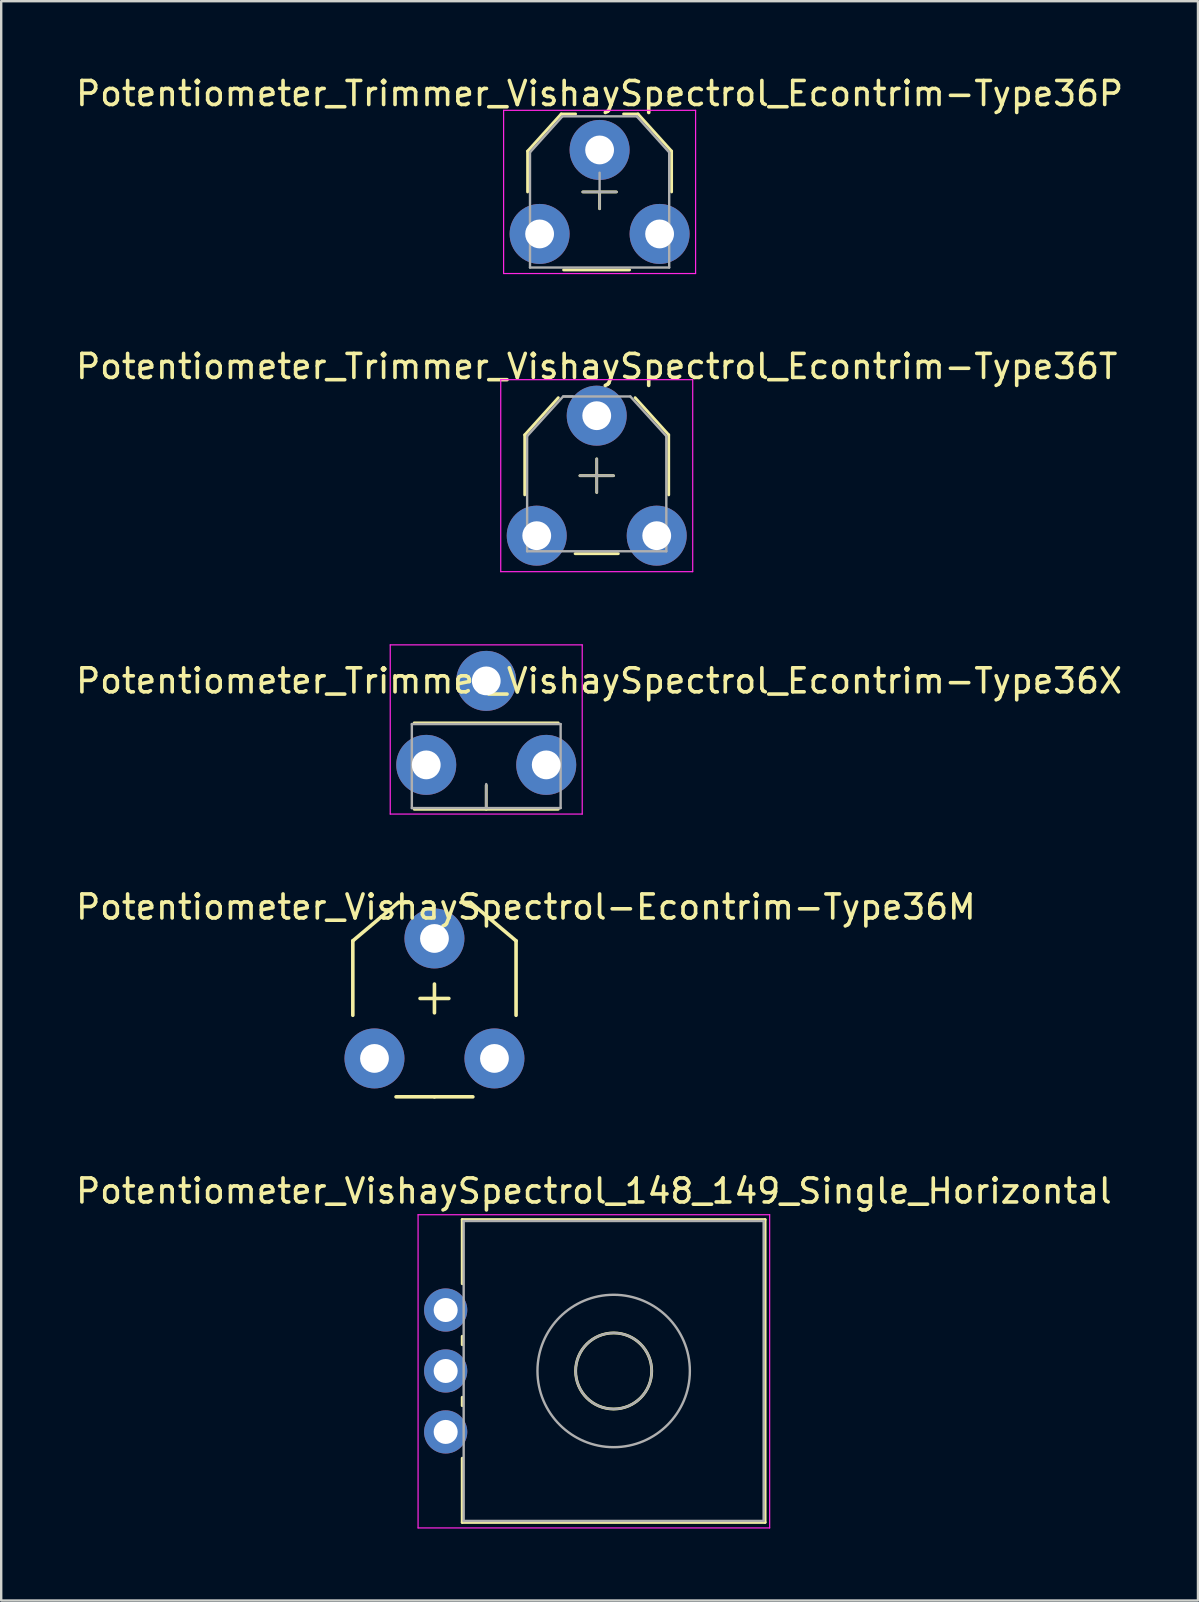
<source format=kicad_pcb>
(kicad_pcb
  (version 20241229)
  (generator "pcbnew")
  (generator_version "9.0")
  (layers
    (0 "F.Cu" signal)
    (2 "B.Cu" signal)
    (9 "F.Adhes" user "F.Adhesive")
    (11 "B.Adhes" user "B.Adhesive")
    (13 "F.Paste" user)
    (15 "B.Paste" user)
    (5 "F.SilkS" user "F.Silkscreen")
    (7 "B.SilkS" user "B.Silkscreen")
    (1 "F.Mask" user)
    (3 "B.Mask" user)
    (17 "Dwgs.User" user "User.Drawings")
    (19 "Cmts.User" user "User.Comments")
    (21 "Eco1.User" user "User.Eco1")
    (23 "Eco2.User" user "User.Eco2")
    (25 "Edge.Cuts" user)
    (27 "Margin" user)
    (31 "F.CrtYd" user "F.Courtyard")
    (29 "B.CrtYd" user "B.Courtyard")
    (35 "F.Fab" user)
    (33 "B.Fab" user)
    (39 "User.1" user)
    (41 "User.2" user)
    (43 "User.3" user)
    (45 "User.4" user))
  (footprint "Potentiometer_VishaySpectrol-Econtrim-Type36M"
    (layer "F.Cu")
    (at 12.554 41.054)
    (property "Reference" "Potentiometer_VishaySpectrol-Econtrim-Type36M" (at 6.309 -6.309 0) (layer "F.SilkS") (effects (font (size 1 1) (thickness 0.15))))
    (attr through_hole)
    (fp_line (start -0.902 -4.9) (end -0.902 -1.798) (stroke (width 0.15) (type solid)) (layer "F.SilkS"))
    (fp_line (start 0.998 -6.5) (end -0.902 -4.9) (stroke (width 0.15) (type solid)) (layer "F.SilkS"))
    (fp_line (start 1.4 -6.5) (end 0.998 -6.5) (stroke (width 0.15) (type solid)) (layer "F.SilkS"))
    (fp_line (start 2.499 -3.099) (end 2.499 -1.9) (stroke (width 0.15) (type solid)) (layer "F.SilkS"))
    (fp_line (start 2.499 1.6) (end 0.899 1.6) (stroke (width 0.15) (type solid)) (layer "F.SilkS"))
    (fp_line (start 2.499 1.6) (end 4.1 1.6) (stroke (width 0.15) (type solid)) (layer "F.SilkS"))
    (fp_line (start 3.099 -2.499) (end 1.9 -2.499) (stroke (width 0.15) (type solid)) (layer "F.SilkS"))
    (fp_line (start 3.599 -6.5) (end 4 -6.5) (stroke (width 0.15) (type solid)) (layer "F.SilkS"))
    (fp_line (start 4 -6.5) (end 5.9 -4.9) (stroke (width 0.15) (type solid)) (layer "F.SilkS"))
    (fp_line (start 5.9 -4.9) (end 5.9 -1.798) (stroke (width 0.15) (type solid)) (layer "F.SilkS"))
    (pad "1" thru_hole circle (at 0 0) (size 2.499 2.499) (drill 1.199) (layers "*.Cu" "*.Mask"))
    (pad "2" thru_hole circle (at 2.499 -4.999) (size 2.499 2.499) (drill 1.199) (layers "*.Cu" "*.Mask"))
    (pad "3" thru_hole circle (at 4.999 0) (size 2.499 2.499) (drill 1.199) (layers "*.Cu" "*.Mask")))
  (footprint "Potentiometer_Trimmer_VishaySpectrol_Econtrim-Type36X"
    (layer "F.Cu")
    (at 14.711 28.822)
    (property "Reference" "Potentiometer_Trimmer_VishaySpectrol_Econtrim-Type36X" (at 7.2 -3.5 0) (layer "F.SilkS") (effects (font (size 1 1) (thickness 0.15))))
    (attr through_hole)
    (fp_line (start -0.5 -1.75) (end 5.5 -1.75) (stroke (width 0.12) (type solid)) (layer "F.SilkS"))
    (fp_line (start 2.5 0.85) (end 2.5 1.85) (stroke (width 0.12) (type solid)) (layer "F.SilkS"))
    (fp_line (start 5.5 1.85) (end -0.5 1.85) (stroke (width 0.12) (type solid)) (layer "F.SilkS"))
    (fp_line (start -1.5 -5) (end -1.5 2.05) (stroke (width 0.05) (type solid)) (layer "F.CrtYd"))
    (fp_line (start -1.5 -5) (end 6.5 -5) (stroke (width 0.05) (type solid)) (layer "F.CrtYd"))
    (fp_line (start 6.5 2.05) (end -1.5 2.05) (stroke (width 0.05) (type solid)) (layer "F.CrtYd"))
    (fp_line (start 6.5 2.05) (end 6.5 -5) (stroke (width 0.05) (type solid)) (layer "F.CrtYd"))
    (fp_line (start -0.6 -1.7) (end 5.6 -1.7) (stroke (width 0.1) (type solid)) (layer "F.Fab"))
    (fp_line (start -0.6 1.8) (end -0.6 -1.7) (stroke (width 0.1) (type solid)) (layer "F.Fab"))
    (fp_line (start 2.5 1.8) (end 2.5 0.8) (stroke (width 0.1) (type solid)) (layer "F.Fab"))
    (fp_line (start 5.6 -1.7) (end 5.6 1.8) (stroke (width 0.1) (type solid)) (layer "F.Fab"))
    (fp_line (start 5.6 1.8) (end -0.6 1.8) (stroke (width 0.1) (type solid)) (layer "F.Fab"))
    (pad "1" thru_hole circle (at 0 0) (size 2.5 2.5) (drill 1.2) (layers "*.Cu" "*.Mask"))
    (pad "2" thru_hole circle (at 2.5 -3.5) (size 2.5 2.5) (drill 1.2) (layers "*.Cu" "*.Mask"))
    (pad "3" thru_hole circle (at 5 0) (size 2.5 2.5) (drill 1.2) (layers "*.Cu" "*.Mask")))
  (footprint "Potentiometer_VishaySpectrol_148_149_Single_Horizontal"
    (layer "F.Cu")
    (at 15.521 56.618)
    (property "Reference" "Potentiometer_VishaySpectrol_148_149_Single_Horizontal" (at 6.175 -10.04 0) (layer "F.SilkS") (effects (font (size 1 1) (thickness 0.15))))
    (attr through_hole)
    (fp_line (start 0.69 -8.85) (end 0.69 -6.175) (stroke (width 0.12) (type solid)) (layer "F.SilkS"))
    (fp_line (start 0.69 -8.85) (end 13.31 -8.85) (stroke (width 0.12) (type solid)) (layer "F.SilkS"))
    (fp_line (start 0.69 -3.985) (end 0.69 -3.635) (stroke (width 0.12) (type solid)) (layer "F.SilkS"))
    (fp_line (start 0.69 -1.445) (end 0.69 -1.095) (stroke (width 0.12) (type solid)) (layer "F.SilkS"))
    (fp_line (start 0.69 1.095) (end 0.69 3.77) (stroke (width 0.12) (type solid)) (layer "F.SilkS"))
    (fp_line (start 0.69 3.77) (end 13.31 3.77) (stroke (width 0.12) (type solid)) (layer "F.SilkS"))
    (fp_line (start 13.31 -8.85) (end 13.31 3.77) (stroke (width 0.12) (type solid)) (layer "F.SilkS"))
    (fp_circle (center 7 -2.54) (end 8.585 -2.54) (stroke (width 0.12) (type solid)) (fill no) (layer "F.SilkS"))
    (fp_line (start -1.15 -9.05) (end -1.15 4) (stroke (width 0.05) (type solid)) (layer "F.CrtYd"))
    (fp_line (start -1.15 4) (end 13.5 4) (stroke (width 0.05) (type solid)) (layer "F.CrtYd"))
    (fp_line (start 13.5 -9.05) (end -1.15 -9.05) (stroke (width 0.05) (type solid)) (layer "F.CrtYd"))
    (fp_line (start 13.5 4) (end 13.5 -9.05) (stroke (width 0.05) (type solid)) (layer "F.CrtYd"))
    (fp_line (start 0.75 -8.79) (end 0.75 3.71) (stroke (width 0.1) (type solid)) (layer "F.Fab"))
    (fp_line (start 0.75 3.71) (end 13.25 3.71) (stroke (width 0.1) (type solid)) (layer "F.Fab"))
    (fp_line (start 13.25 -8.79) (end 0.75 -8.79) (stroke (width 0.1) (type solid)) (layer "F.Fab"))
    (fp_line (start 13.25 3.71) (end 13.25 -8.79) (stroke (width 0.1) (type solid)) (layer "F.Fab"))
    (fp_circle (center 7 -2.54) (end 8.585 -2.54) (stroke (width 0.1) (type solid)) (fill no) (layer "F.Fab"))
    (fp_circle (center 7 -2.54) (end 10.175 -2.54) (stroke (width 0.1) (type solid)) (fill no) (layer "F.Fab"))
    (pad "1" thru_hole circle (at 0 0) (size 1.8 1.8) (drill 1) (layers "*.Cu" "*.Mask"))
    (pad "2" thru_hole circle (at 0 -2.54) (size 1.8 1.8) (drill 1) (layers "*.Cu" "*.Mask"))
    (pad "3" thru_hole circle (at 0 -5.08) (size 1.8 1.8) (drill 1) (layers "*.Cu" "*.Mask")))
  (footprint "Potentiometer_Trimmer_VishaySpectrol_Econtrim-Type36P"
    (layer "F.Cu")
    (at 19.435 6.698)
    (property "Reference" "Potentiometer_Trimmer_VishaySpectrol_Econtrim-Type36P" (at 2.5 -5.85 0) (layer "F.SilkS") (effects (font (size 1 1) (thickness 0.15))))
    (attr through_hole)
    (fp_line (start -0.5 -3.45) (end -0.5 -1.75) (stroke (width 0.12) (type solid)) (layer "F.SilkS"))
    (fp_line (start 0.9 -5) (end -0.5 -3.45) (stroke (width 0.12) (type solid)) (layer "F.SilkS"))
    (fp_line (start 0.9 -5) (end 1.5 -5) (stroke (width 0.12) (type solid)) (layer "F.SilkS"))
    (fp_line (start 1 1.5) (end 3.75 1.5) (stroke (width 0.12) (type solid)) (layer "F.SilkS"))
    (fp_line (start 1.8 -1.75) (end 3.2 -1.75) (stroke (width 0.12) (type solid)) (layer "F.SilkS"))
    (fp_line (start 2.5 -1.75) (end 2.5 -1.05) (stroke (width 0.12) (type solid)) (layer "F.SilkS"))
    (fp_line (start 4.1 -5) (end 3.5 -5) (stroke (width 0.12) (type solid)) (layer "F.SilkS"))
    (fp_line (start 4.1 -5) (end 5.5 -3.45) (stroke (width 0.12) (type solid)) (layer "F.SilkS"))
    (fp_line (start 5.5 -3.45) (end 5.5 -1.75) (stroke (width 0.12) (type solid)) (layer "F.SilkS"))
    (fp_line (start -1.5 -5.15) (end -1.5 1.65) (stroke (width 0.05) (type solid)) (layer "F.CrtYd"))
    (fp_line (start -1.5 -5.15) (end 6.5 -5.15) (stroke (width 0.05) (type solid)) (layer "F.CrtYd"))
    (fp_line (start 6.5 1.65) (end -1.5 1.65) (stroke (width 0.05) (type solid)) (layer "F.CrtYd"))
    (fp_line (start 6.5 1.65) (end 6.5 -5.15) (stroke (width 0.05) (type solid)) (layer "F.CrtYd"))
    (fp_line (start -0.4 -3.4) (end -0.4 1.4) (stroke (width 0.1) (type solid)) (layer "F.Fab"))
    (fp_line (start -0.4 1.4) (end 5.4 1.4) (stroke (width 0.1) (type solid)) (layer "F.Fab"))
    (fp_line (start 0.95 -4.9) (end -0.4 -3.4) (stroke (width 0.1) (type solid)) (layer "F.Fab"))
    (fp_line (start 2.5 -1.05) (end 2.5 -2.55) (stroke (width 0.1) (type solid)) (layer "F.Fab"))
    (fp_line (start 3.2 -1.75) (end 1.8 -1.75) (stroke (width 0.1) (type solid)) (layer "F.Fab"))
    (fp_line (start 4.05 -4.9) (end 0.95 -4.9) (stroke (width 0.1) (type solid)) (layer "F.Fab"))
    (fp_line (start 5.4 -3.4) (end 4.05 -4.9) (stroke (width 0.1) (type solid)) (layer "F.Fab"))
    (fp_line (start 5.4 1.4) (end 5.4 -3.4) (stroke (width 0.1) (type solid)) (layer "F.Fab"))
    (pad "1" thru_hole circle (at 0 0) (size 2.5 2.5) (drill 1.2) (layers "*.Cu" "*.Mask"))
    (pad "2" thru_hole circle (at 2.5 -3.5) (size 2.5 2.5) (drill 1.2) (layers "*.Cu" "*.Mask"))
    (pad "3" thru_hole circle (at 5 0) (size 2.5 2.5) (drill 1.2) (layers "*.Cu" "*.Mask")))
  (footprint "Potentiometer_Trimmer_VishaySpectrol_Econtrim-Type36T"
    (layer "F.Cu")
    (at 19.315 19.271)
    (property "Reference" "Potentiometer_Trimmer_VishaySpectrol_Econtrim-Type36T" (at 2.5 -7.05 0) (layer "F.SilkS") (effects (font (size 1 1) (thickness 0.15))))
    (attr through_hole)
    (fp_line (start -0.5 -4.2) (end -0.5 -1.7) (stroke (width 0.12) (type solid)) (layer "F.SilkS"))
    (fp_line (start 0.9 -5.75) (end -0.5 -4.2) (stroke (width 0.12) (type solid)) (layer "F.SilkS"))
    (fp_line (start 1.6 0.75) (end 3.4 0.75) (stroke (width 0.12) (type solid)) (layer "F.SilkS"))
    (fp_line (start 1.8 -2.5) (end 3.2 -2.5) (stroke (width 0.12) (type solid)) (layer "F.SilkS"))
    (fp_line (start 2.5 -1.8) (end 2.5 -3.2) (stroke (width 0.12) (type solid)) (layer "F.SilkS"))
    (fp_line (start 4.1 -5.75) (end 5.5 -4.2) (stroke (width 0.12) (type solid)) (layer "F.SilkS"))
    (fp_line (start 5.5 -4.2) (end 5.5 -1.7) (stroke (width 0.12) (type solid)) (layer "F.SilkS"))
    (fp_line (start -1.5 -6.5) (end -1.5 1.5) (stroke (width 0.05) (type solid)) (layer "F.CrtYd"))
    (fp_line (start -1.5 -6.5) (end 6.5 -6.5) (stroke (width 0.05) (type solid)) (layer "F.CrtYd"))
    (fp_line (start 6.5 1.5) (end -1.5 1.5) (stroke (width 0.05) (type solid)) (layer "F.CrtYd"))
    (fp_line (start 6.5 1.5) (end 6.5 -6.5) (stroke (width 0.05) (type solid)) (layer "F.CrtYd"))
    (fp_line (start -0.4 -4.15) (end -0.4 0.65) (stroke (width 0.1) (type solid)) (layer "F.Fab"))
    (fp_line (start -0.4 -4.15) (end 1.1 -5.8) (stroke (width 0.1) (type solid)) (layer "F.Fab"))
    (fp_line (start -0.4 0.65) (end 5.4 0.65) (stroke (width 0.1) (type solid)) (layer "F.Fab"))
    (fp_line (start 1.1 -5.8) (end 1.5 -5.8) (stroke (width 0.1) (type solid)) (layer "F.Fab"))
    (fp_line (start 1.8 -2.5) (end 3.2 -2.5) (stroke (width 0.1) (type solid)) (layer "F.Fab"))
    (fp_line (start 2.5 -1.8) (end 2.5 -3.2) (stroke (width 0.1) (type solid)) (layer "F.Fab"))
    (fp_line (start 3.9 -5.8) (end 1.15 -5.8) (stroke (width 0.1) (type solid)) (layer "F.Fab"))
    (fp_line (start 5.4 -4.15) (end 3.9 -5.8) (stroke (width 0.1) (type solid)) (layer "F.Fab"))
    (fp_line (start 5.4 0.65) (end 5.4 -4.15) (stroke (width 0.1) (type solid)) (layer "F.Fab"))
    (pad "1" thru_hole circle (at 0 0) (size 2.5 2.5) (drill 1.2) (layers "*.Cu" "*.Mask"))
    (pad "2" thru_hole circle (at 2.5 -5) (size 2.5 2.5) (drill 1.2) (layers "*.Cu" "*.Mask"))
    (pad "3" thru_hole circle (at 5 0) (size 2.5 2.5) (drill 1.2) (layers "*.Cu" "*.Mask")))
  (gr_rect
    (start -3 -3)
    (end 46.869 63.643)
    (stroke (width 0.1) (type default))
    (fill no)
    (layer "Edge.Cuts")))
</source>
